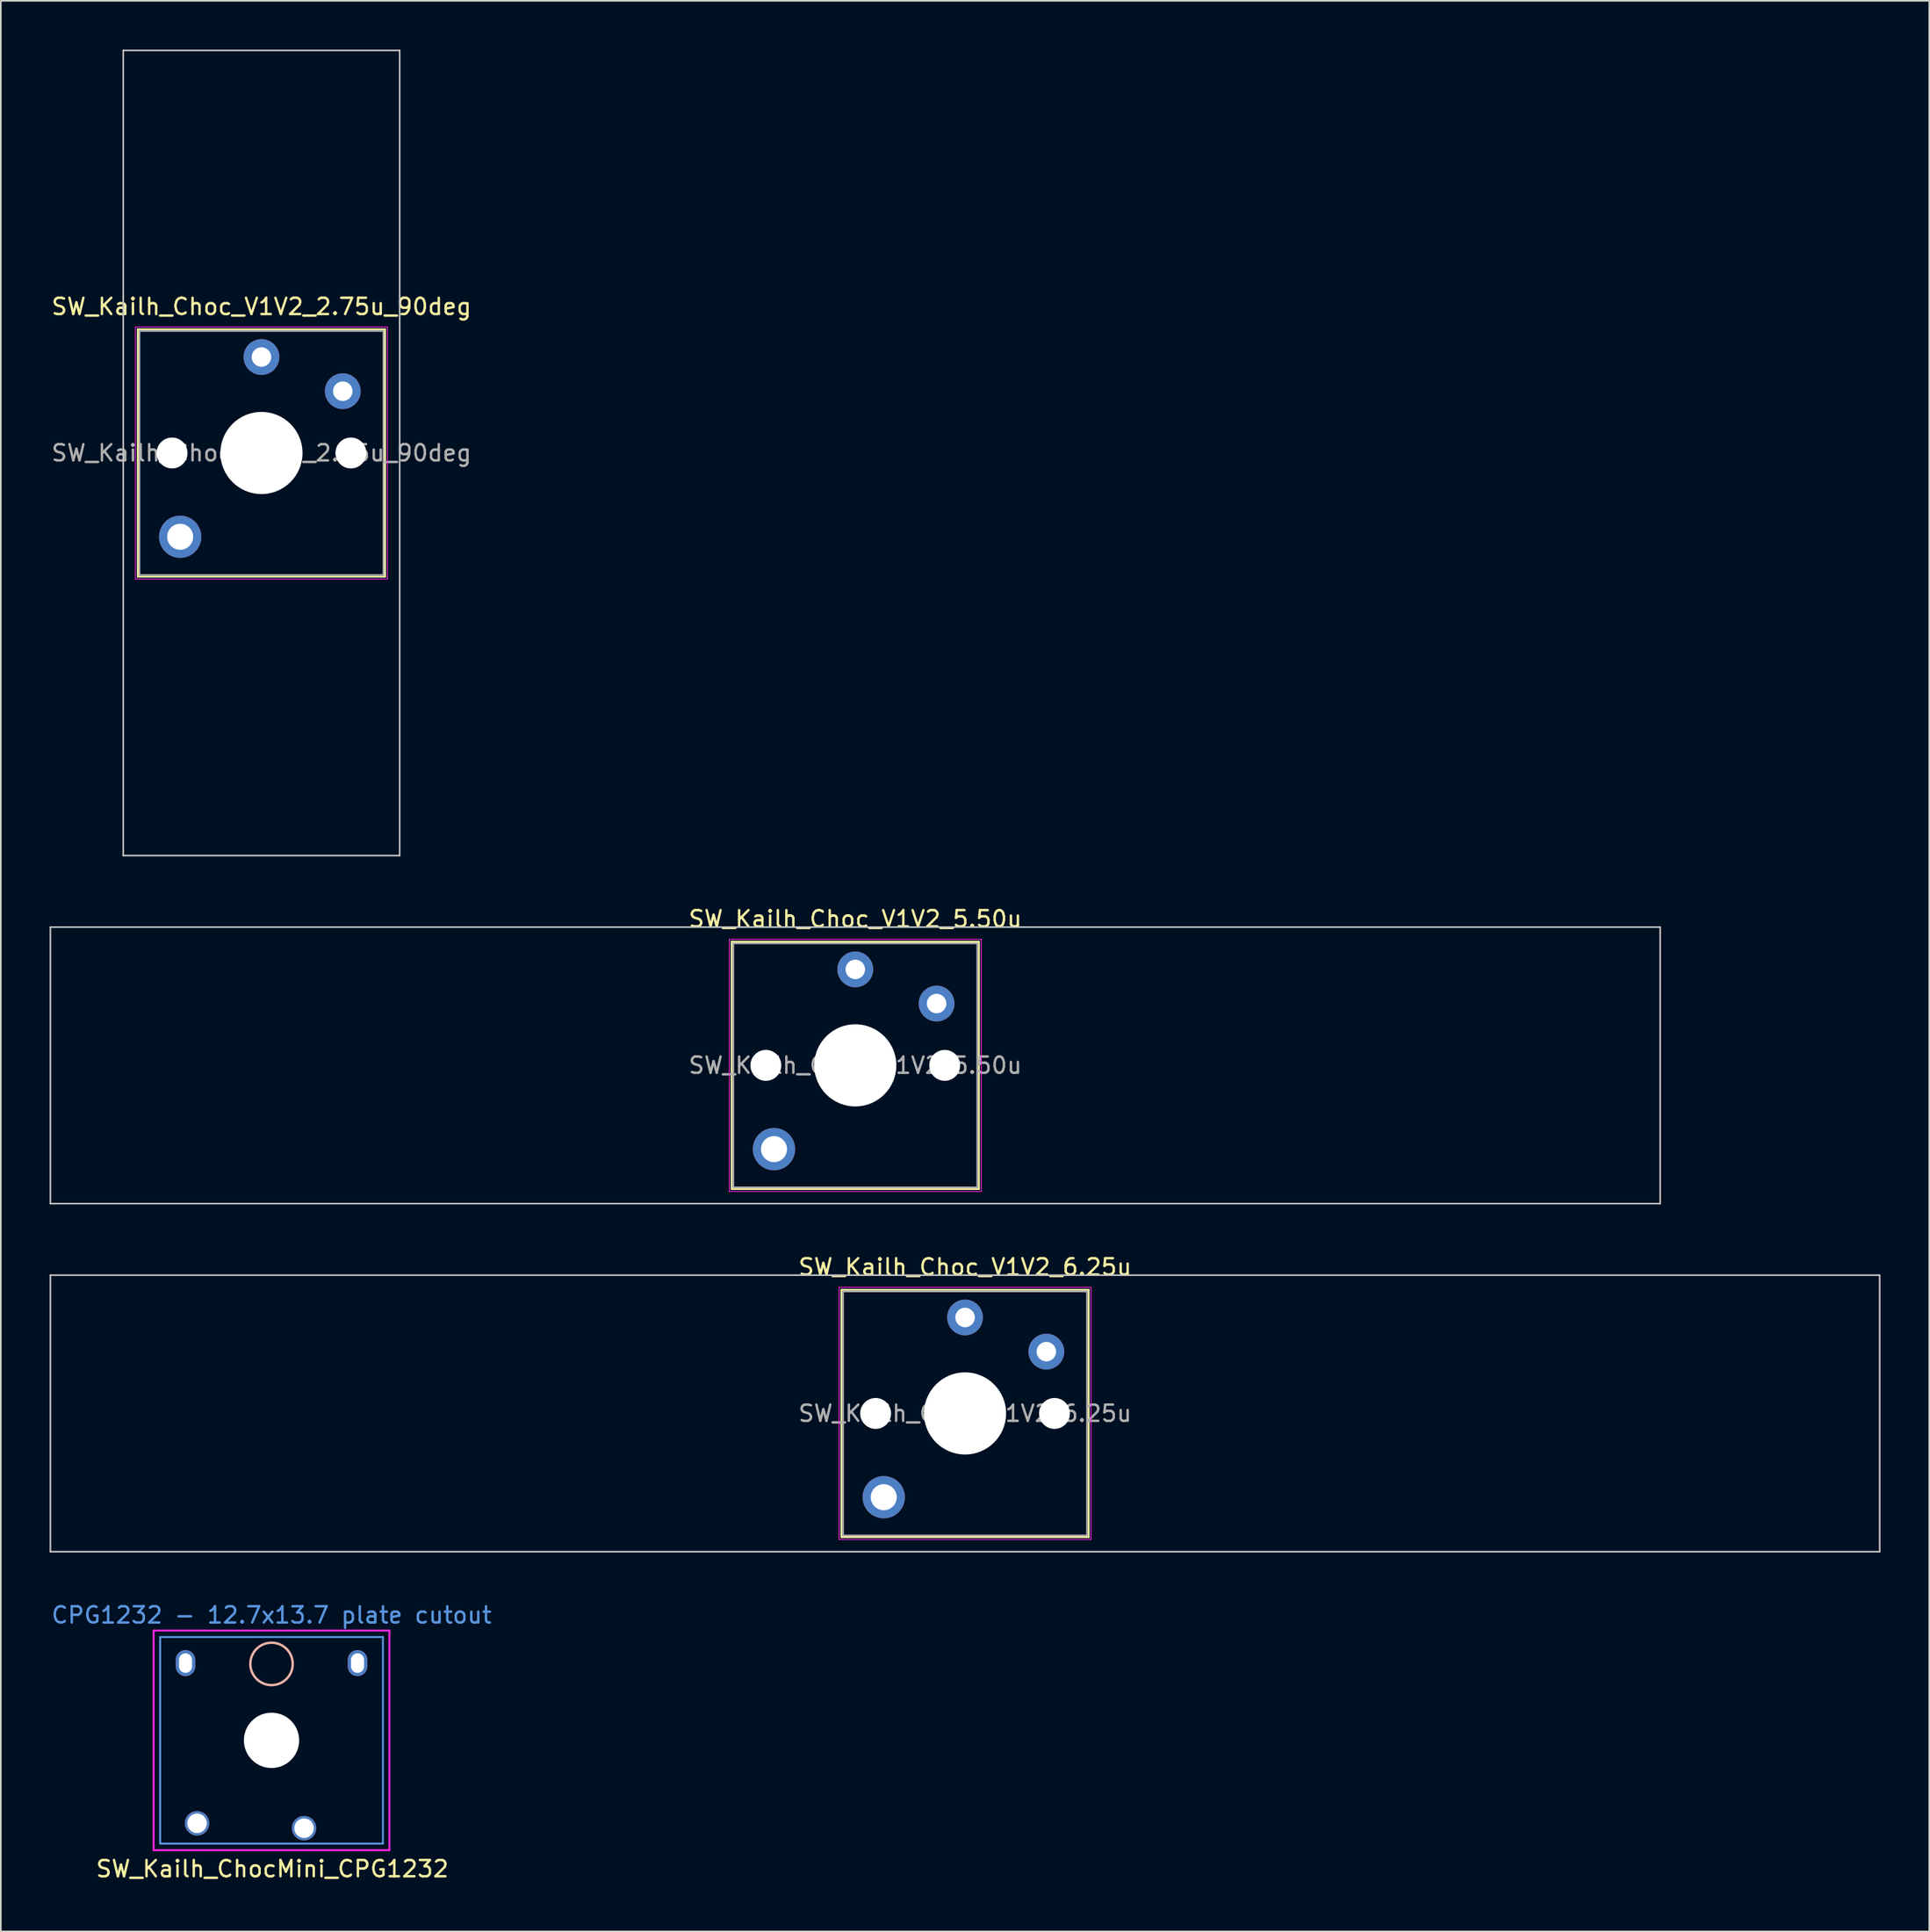
<source format=kicad_pcb>
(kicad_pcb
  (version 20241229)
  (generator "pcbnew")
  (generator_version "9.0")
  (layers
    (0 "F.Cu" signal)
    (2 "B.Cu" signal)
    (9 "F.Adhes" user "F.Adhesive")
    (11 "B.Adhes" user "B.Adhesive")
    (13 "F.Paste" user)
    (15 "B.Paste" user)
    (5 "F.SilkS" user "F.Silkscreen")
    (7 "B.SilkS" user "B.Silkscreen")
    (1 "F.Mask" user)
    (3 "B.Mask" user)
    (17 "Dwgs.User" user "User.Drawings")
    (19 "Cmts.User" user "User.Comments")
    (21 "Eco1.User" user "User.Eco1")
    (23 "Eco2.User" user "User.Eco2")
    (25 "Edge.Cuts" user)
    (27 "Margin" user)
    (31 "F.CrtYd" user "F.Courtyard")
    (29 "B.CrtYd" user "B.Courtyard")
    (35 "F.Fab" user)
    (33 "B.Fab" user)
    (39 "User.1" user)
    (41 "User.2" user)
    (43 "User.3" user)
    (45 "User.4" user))
  (footprint "SW_Kailh_Choc_V1V2_2.75u_90deg"
    (layer "F.Cu")
    (at 13.03 24.8)
    (property "Reference" "SW_Kailh_Choc_V1V2_2.75u_90deg" (at 0 -9 0) (layer "F.SilkS") (effects (font (size 1 1) (thickness 0.15))))
    (attr through_hole)
    (fp_line (start -7.6 -7.6) (end -7.6 7.6) (stroke (width 0.12) (type solid)) (layer "F.SilkS"))
    (fp_line (start -7.6 7.6) (end 7.6 7.6) (stroke (width 0.12) (type solid)) (layer "F.SilkS"))
    (fp_line (start 7.6 -7.6) (end -7.6 -7.6) (stroke (width 0.12) (type solid)) (layer "F.SilkS"))
    (fp_line (start 7.6 7.6) (end 7.6 -7.6) (stroke (width 0.12) (type solid)) (layer "F.SilkS"))
    (fp_line (start -8.5 -24.75) (end 8.5 -24.75) (stroke (width 0.1) (type solid)) (layer "Dwgs.User"))
    (fp_line (start -8.5 24.75) (end -8.5 -24.75) (stroke (width 0.1) (type solid)) (layer "Dwgs.User"))
    (fp_line (start 8.5 -24.75) (end 8.5 24.75) (stroke (width 0.1) (type solid)) (layer "Dwgs.User"))
    (fp_line (start 8.5 24.75) (end -8.5 24.75) (stroke (width 0.1) (type solid)) (layer "Dwgs.User"))
    (fp_line (start -7.25 -7.25) (end -7.25 7.25) (stroke (width 0.1) (type solid)) (layer "Eco1.User"))
    (fp_line (start -7.25 7.25) (end 7.25 7.25) (stroke (width 0.1) (type solid)) (layer "Eco1.User"))
    (fp_line (start 7.25 -7.25) (end -7.25 -7.25) (stroke (width 0.1) (type solid)) (layer "Eco1.User"))
    (fp_line (start 7.25 7.25) (end 7.25 -7.25) (stroke (width 0.1) (type solid)) (layer "Eco1.User"))
    (fp_line (start -7.75 -7.75) (end -7.75 7.75) (stroke (width 0.05) (type solid)) (layer "F.CrtYd"))
    (fp_line (start -7.75 7.75) (end 7.75 7.75) (stroke (width 0.05) (type solid)) (layer "F.CrtYd"))
    (fp_line (start 7.75 -7.75) (end -7.75 -7.75) (stroke (width 0.05) (type solid)) (layer "F.CrtYd"))
    (fp_line (start 7.75 7.75) (end 7.75 -7.75) (stroke (width 0.05) (type solid)) (layer "F.CrtYd"))
    (fp_line (start -7.5 -7.5) (end -7.5 7.5) (stroke (width 0.1) (type solid)) (layer "F.Fab"))
    (fp_line (start -7.5 7.5) (end 7.5 7.5) (stroke (width 0.1) (type solid)) (layer "F.Fab"))
    (fp_line (start 7.5 -7.5) (end -7.5 -7.5) (stroke (width 0.1) (type solid)) (layer "F.Fab"))
    (fp_line (start 7.5 7.5) (end 7.5 -7.5) (stroke (width 0.1) (type solid)) (layer "F.Fab"))
    (fp_text user "${REFERENCE}" (at 0 0 0) (layer "F.Fab") (effects (font (size 1 1) (thickness 0.15))))
    (pad "" np_thru_hole circle (at -5.5 0) (size 1.9 1.9) (drill 1.9) (layers "*.Cu" "*.Mask"))
    (pad "" thru_hole circle (at -5 5.15) (size 2.6 2.6) (drill 1.6) (layers "*.Cu" "*.Mask"))
    (pad "" np_thru_hole circle (at 0 0) (size 5.05 5.05) (drill 5.05) (layers "*.Cu" "*.Mask"))
    (pad "" np_thru_hole circle (at 5.5 0) (size 1.9 1.9) (drill 1.9) (layers "*.Cu" "*.Mask"))
    (pad "1" thru_hole circle (at 0 -5.9) (size 2.2 2.2) (drill 1.2) (layers "*.Cu" "*.Mask"))
    (pad "2" thru_hole circle (at 5 -3.8) (size 2.2 2.2) (drill 1.2) (layers "*.Cu" "*.Mask")))
  (footprint "SW_Kailh_ChocMini_CPG1232"
    (layer "F.Cu")
    (at 13.649 103.945)
    (property "Reference" "SW_Kailh_ChocMini_CPG1232" (at 0.05 7.9 0) (layer "F.SilkS") (effects (font (size 1 1) (thickness 0.15))))
    (attr smd)
    (fp_circle (center 0 -4.7) (end -0.7 -3.6) (stroke (width 0.15) (type solid)) (fill no) (layer "B.SilkS"))
    (fp_line (start -6.85 -6.35) (end 6.85 -6.35) (stroke (width 0.12) (type solid)) (layer "Cmts.User"))
    (fp_line (start -6.85 6.35) (end -6.85 -6.35) (stroke (width 0.12) (type solid)) (layer "Cmts.User"))
    (fp_line (start 6.85 -6.35) (end 6.85 6.35) (stroke (width 0.12) (type solid)) (layer "Cmts.User"))
    (fp_line (start 6.85 6.35) (end -6.85 6.35) (stroke (width 0.12) (type solid)) (layer "Cmts.User"))
    (fp_line (start -5.9 -2.9) (end -5.9 3) (stroke (width 0.12) (type solid)) (layer "Eco2.User"))
    (fp_line (start -5.9 3) (end -2.5 3) (stroke (width 0.12) (type solid)) (layer "Eco2.User"))
    (fp_line (start -2.5 3) (end -2.5 4.05) (stroke (width 0.12) (type solid)) (layer "Eco2.User"))
    (fp_line (start -2.5 4.05) (end 2.05 4.05) (stroke (width 0.12) (type solid)) (layer "Eco2.User"))
    (fp_line (start 2.05 3) (end 5.95 3) (stroke (width 0.12) (type solid)) (layer "Eco2.User"))
    (fp_line (start 2.05 4.05) (end 2.05 3) (stroke (width 0.12) (type solid)) (layer "Eco2.User"))
    (fp_line (start 5.95 -2.9) (end -5.9 -2.9) (stroke (width 0.12) (type solid)) (layer "Eco2.User"))
    (fp_line (start 5.95 3) (end 5.95 -2.9) (stroke (width 0.12) (type solid)) (layer "Eco2.User"))
    (fp_line (start -7.25 -6.75) (end -7.25 6.75) (stroke (width 0.12) (type solid)) (layer "F.CrtYd"))
    (fp_line (start -7.25 6.75) (end 7.25 6.75) (stroke (width 0.12) (type solid)) (layer "F.CrtYd"))
    (fp_line (start 7.25 -6.75) (end -7.25 -6.75) (stroke (width 0.12) (type solid)) (layer "F.CrtYd"))
    (fp_line (start 7.25 6.75) (end 7.25 -6.75) (stroke (width 0.12) (type solid)) (layer "F.CrtYd"))
    (fp_text user "CPG1232 - 12.7x13.7 plate cutout" (at 0 -7.7 0) (layer "Cmts.User") (effects (font (size 1 1) (thickness 0.15))))
    (pad "" np_thru_hole oval (at -5.29 -4.75) (size 1.2 1.6) (drill oval 0.8 1.2) (layers "*.Cu" "*.Mask"))
    (pad "" np_thru_hole circle (at 0 0) (size 3.4 3.4) (drill 3.4) (layers "*.Cu" "*.Mask"))
    (pad "" np_thru_hole oval (at 5.29 -4.75) (size 1.2 1.6) (drill oval 0.8 1.2) (layers "*.Cu" "*.Mask"))
    (pad "1" thru_hole circle (at -4.58 5.1 180) (size 1.5 1.5) (drill 1.2) (layers "*.Cu" "*.Mask"))
    (pad "2" thru_hole circle (at 2 5.4 180) (size 1.5 1.5) (drill 1.2) (layers "*.Cu" "*.Mask")))
  (footprint "SW_Kailh_Choc_V1V2_5.50u"
    (layer "F.Cu")
    (at 49.55 62.448)
    (property "Reference" "SW_Kailh_Choc_V1V2_5.50u" (at 0 -9 0) (layer "F.SilkS") (effects (font (size 1 1) (thickness 0.15))))
    (attr through_hole)
    (fp_line (start -7.6 -7.6) (end -7.6 7.6) (stroke (width 0.12) (type solid)) (layer "F.SilkS"))
    (fp_line (start -7.6 7.6) (end 7.6 7.6) (stroke (width 0.12) (type solid)) (layer "F.SilkS"))
    (fp_line (start 7.6 -7.6) (end -7.6 -7.6) (stroke (width 0.12) (type solid)) (layer "F.SilkS"))
    (fp_line (start 7.6 7.6) (end 7.6 -7.6) (stroke (width 0.12) (type solid)) (layer "F.SilkS"))
    (fp_line (start -49.5 -8.5) (end -49.5 8.5) (stroke (width 0.1) (type solid)) (layer "Dwgs.User"))
    (fp_line (start -49.5 8.5) (end 49.5 8.5) (stroke (width 0.1) (type solid)) (layer "Dwgs.User"))
    (fp_line (start 49.5 -8.5) (end -49.5 -8.5) (stroke (width 0.1) (type solid)) (layer "Dwgs.User"))
    (fp_line (start 49.5 8.5) (end 49.5 -8.5) (stroke (width 0.1) (type solid)) (layer "Dwgs.User"))
    (fp_line (start -7.25 -7.25) (end -7.25 7.25) (stroke (width 0.1) (type solid)) (layer "Eco1.User"))
    (fp_line (start -7.25 7.25) (end 7.25 7.25) (stroke (width 0.1) (type solid)) (layer "Eco1.User"))
    (fp_line (start 7.25 -7.25) (end -7.25 -7.25) (stroke (width 0.1) (type solid)) (layer "Eco1.User"))
    (fp_line (start 7.25 7.25) (end 7.25 -7.25) (stroke (width 0.1) (type solid)) (layer "Eco1.User"))
    (fp_line (start -7.75 -7.75) (end -7.75 7.75) (stroke (width 0.05) (type solid)) (layer "F.CrtYd"))
    (fp_line (start -7.75 7.75) (end 7.75 7.75) (stroke (width 0.05) (type solid)) (layer "F.CrtYd"))
    (fp_line (start 7.75 -7.75) (end -7.75 -7.75) (stroke (width 0.05) (type solid)) (layer "F.CrtYd"))
    (fp_line (start 7.75 7.75) (end 7.75 -7.75) (stroke (width 0.05) (type solid)) (layer "F.CrtYd"))
    (fp_line (start -7.5 -7.5) (end -7.5 7.5) (stroke (width 0.1) (type solid)) (layer "F.Fab"))
    (fp_line (start -7.5 7.5) (end 7.5 7.5) (stroke (width 0.1) (type solid)) (layer "F.Fab"))
    (fp_line (start 7.5 -7.5) (end -7.5 -7.5) (stroke (width 0.1) (type solid)) (layer "F.Fab"))
    (fp_line (start 7.5 7.5) (end 7.5 -7.5) (stroke (width 0.1) (type solid)) (layer "F.Fab"))
    (fp_text user "${REFERENCE}" (at 0 0 0) (layer "F.Fab") (effects (font (size 1 1) (thickness 0.15))))
    (pad "" np_thru_hole circle (at -5.5 0) (size 1.9 1.9) (drill 1.9) (layers "*.Cu" "*.Mask"))
    (pad "" thru_hole circle (at -5 5.15) (size 2.6 2.6) (drill 1.6) (layers "*.Cu" "*.Mask"))
    (pad "" np_thru_hole circle (at 0 0) (size 5.05 5.05) (drill 5.05) (layers "*.Cu" "*.Mask"))
    (pad "" np_thru_hole circle (at 5.5 0) (size 1.9 1.9) (drill 1.9) (layers "*.Cu" "*.Mask"))
    (pad "1" thru_hole circle (at 0 -5.9) (size 2.2 2.2) (drill 1.2) (layers "*.Cu" "*.Mask"))
    (pad "2" thru_hole circle (at 5 -3.8) (size 2.2 2.2) (drill 1.2) (layers "*.Cu" "*.Mask")))
  (footprint "SW_Kailh_Choc_V1V2_6.25u"
    (layer "F.Cu")
    (at 56.3 83.847)
    (property "Reference" "SW_Kailh_Choc_V1V2_6.25u" (at 0 -9 0) (layer "F.SilkS") (effects (font (size 1 1) (thickness 0.15))))
    (attr through_hole)
    (fp_line (start -7.6 -7.6) (end -7.6 7.6) (stroke (width 0.12) (type solid)) (layer "F.SilkS"))
    (fp_line (start -7.6 7.6) (end 7.6 7.6) (stroke (width 0.12) (type solid)) (layer "F.SilkS"))
    (fp_line (start 7.6 -7.6) (end -7.6 -7.6) (stroke (width 0.12) (type solid)) (layer "F.SilkS"))
    (fp_line (start 7.6 7.6) (end 7.6 -7.6) (stroke (width 0.12) (type solid)) (layer "F.SilkS"))
    (fp_line (start -56.25 -8.5) (end -56.25 8.5) (stroke (width 0.1) (type solid)) (layer "Dwgs.User"))
    (fp_line (start -56.25 8.5) (end 56.25 8.5) (stroke (width 0.1) (type solid)) (layer "Dwgs.User"))
    (fp_line (start 56.25 -8.5) (end -56.25 -8.5) (stroke (width 0.1) (type solid)) (layer "Dwgs.User"))
    (fp_line (start 56.25 8.5) (end 56.25 -8.5) (stroke (width 0.1) (type solid)) (layer "Dwgs.User"))
    (fp_line (start -7.25 -7.25) (end -7.25 7.25) (stroke (width 0.1) (type solid)) (layer "Eco1.User"))
    (fp_line (start -7.25 7.25) (end 7.25 7.25) (stroke (width 0.1) (type solid)) (layer "Eco1.User"))
    (fp_line (start 7.25 -7.25) (end -7.25 -7.25) (stroke (width 0.1) (type solid)) (layer "Eco1.User"))
    (fp_line (start 7.25 7.25) (end 7.25 -7.25) (stroke (width 0.1) (type solid)) (layer "Eco1.User"))
    (fp_line (start -7.75 -7.75) (end -7.75 7.75) (stroke (width 0.05) (type solid)) (layer "F.CrtYd"))
    (fp_line (start -7.75 7.75) (end 7.75 7.75) (stroke (width 0.05) (type solid)) (layer "F.CrtYd"))
    (fp_line (start 7.75 -7.75) (end -7.75 -7.75) (stroke (width 0.05) (type solid)) (layer "F.CrtYd"))
    (fp_line (start 7.75 7.75) (end 7.75 -7.75) (stroke (width 0.05) (type solid)) (layer "F.CrtYd"))
    (fp_line (start -7.5 -7.5) (end -7.5 7.5) (stroke (width 0.1) (type solid)) (layer "F.Fab"))
    (fp_line (start -7.5 7.5) (end 7.5 7.5) (stroke (width 0.1) (type solid)) (layer "F.Fab"))
    (fp_line (start 7.5 -7.5) (end -7.5 -7.5) (stroke (width 0.1) (type solid)) (layer "F.Fab"))
    (fp_line (start 7.5 7.5) (end 7.5 -7.5) (stroke (width 0.1) (type solid)) (layer "F.Fab"))
    (fp_text user "${REFERENCE}" (at 0 0 0) (layer "F.Fab") (effects (font (size 1 1) (thickness 0.15))))
    (pad "" np_thru_hole circle (at -5.5 0) (size 1.9 1.9) (drill 1.9) (layers "*.Cu" "*.Mask"))
    (pad "" thru_hole circle (at -5 5.15) (size 2.6 2.6) (drill 1.6) (layers "*.Cu" "*.Mask"))
    (pad "" np_thru_hole circle (at 0 0) (size 5.05 5.05) (drill 5.05) (layers "*.Cu" "*.Mask"))
    (pad "" np_thru_hole circle (at 5.5 0) (size 1.9 1.9) (drill 1.9) (layers "*.Cu" "*.Mask"))
    (pad "1" thru_hole circle (at 0 -5.9) (size 2.2 2.2) (drill 1.2) (layers "*.Cu" "*.Mask"))
    (pad "2" thru_hole circle (at 5 -3.8) (size 2.2 2.2) (drill 1.2) (layers "*.Cu" "*.Mask")))
  (gr_rect
    (start -3 -3)
    (end 115.6 115.693)
    (stroke (width 0.1) (type default))
    (fill no)
    (layer "Edge.Cuts")))
</source>
